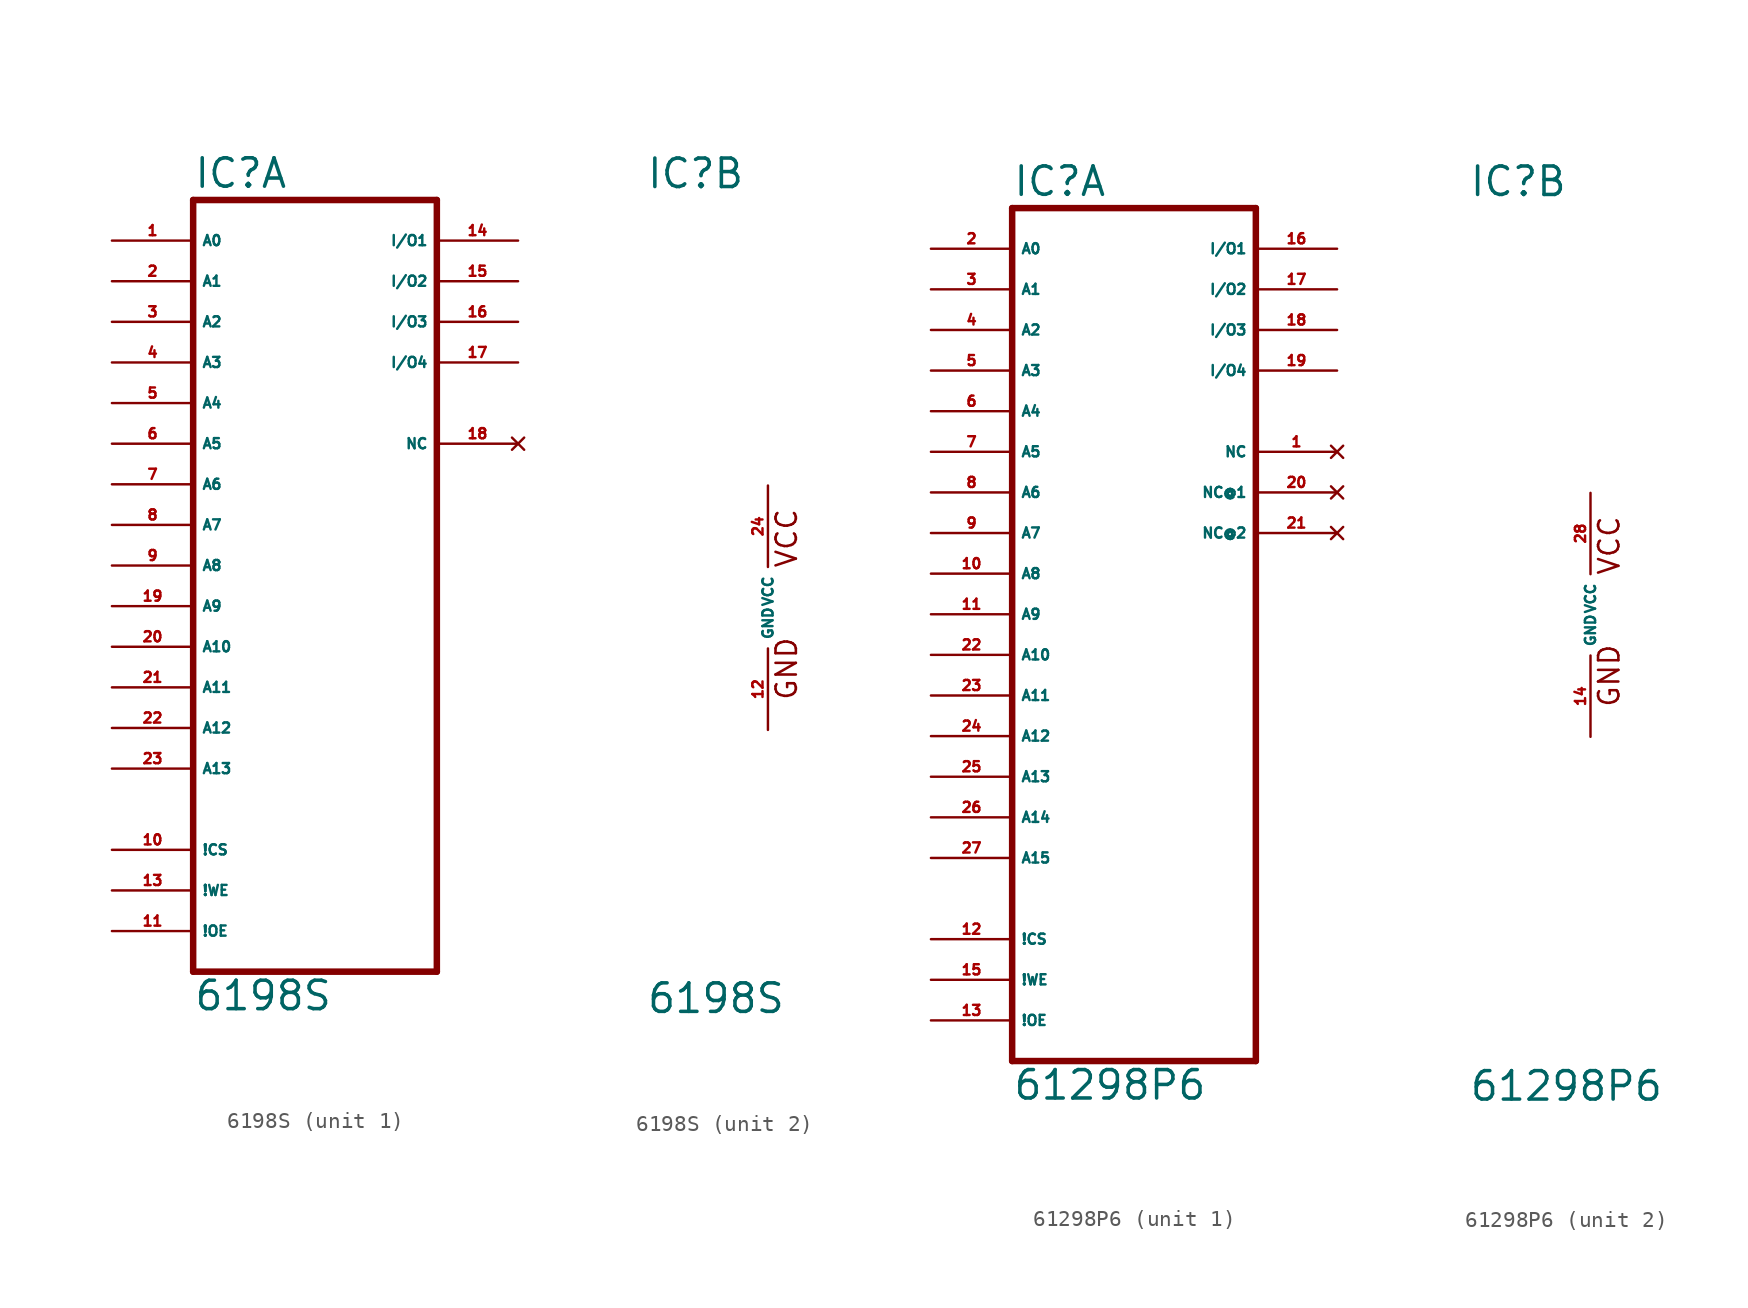
<source format=kicad_sym>
(kicad_symbol_lib
  (version 20220914)
  (generator Eagle2Kicad)
  (symbol "6198S"
    (property "Reference" "IC"
      (at -7.62 26.035 0)
      (effects (font (size 1.778 1.778) (thickness 0.22)) (justify left bottom)))
    (property "Value" "6198S"
      (at -7.62 -25.4 0)
      (effects (font (size 1.778 1.778) (thickness 0.22)) (justify left bottom)))
    (symbol "6198S_1_0"
      (polyline (pts (xy -7.62 -22.86) (xy 7.62 -22.86)) (stroke (width 0.406) (type default)) (fill (type none)))
      (polyline (pts (xy 7.62 -22.86) (xy 7.62 25.4)) (stroke (width 0.406) (type default)) (fill (type none)))
      (polyline (pts (xy 7.62 25.4) (xy -7.62 25.4)) (stroke (width 0.406) (type default)) (fill (type none)))
      (polyline (pts (xy -7.62 25.4) (xy -7.62 -22.86)) (stroke (width 0.406) (type default)) (fill (type none)))
      (pin input line (at -12.7 22.86 0) (length 5.08) (name "A0" (effects (font (size 0.635 0.635) (thickness 0.08)) (justify left bottom))) (number "1" (effects (font (size 0.635 0.635) (thickness 0.08)) (justify left bottom))))
      (pin input line (at -12.7 20.32 0) (length 5.08) (name "A1" (effects (font (size 0.635 0.635) (thickness 0.08)) (justify left bottom))) (number "2" (effects (font (size 0.635 0.635) (thickness 0.08)) (justify left bottom))))
      (pin input line (at -12.7 17.78 0) (length 5.08) (name "A2" (effects (font (size 0.635 0.635) (thickness 0.08)) (justify left bottom))) (number "3" (effects (font (size 0.635 0.635) (thickness 0.08)) (justify left bottom))))
      (pin input line (at -12.7 15.24 0) (length 5.08) (name "A3" (effects (font (size 0.635 0.635) (thickness 0.08)) (justify left bottom))) (number "4" (effects (font (size 0.635 0.635) (thickness 0.08)) (justify left bottom))))
      (pin input line (at -12.7 12.7 0) (length 5.08) (name "A4" (effects (font (size 0.635 0.635) (thickness 0.08)) (justify left bottom))) (number "5" (effects (font (size 0.635 0.635) (thickness 0.08)) (justify left bottom))))
      (pin input line (at -12.7 10.16 0) (length 5.08) (name "A5" (effects (font (size 0.635 0.635) (thickness 0.08)) (justify left bottom))) (number "6" (effects (font (size 0.635 0.635) (thickness 0.08)) (justify left bottom))))
      (pin input line (at -12.7 7.62 0) (length 5.08) (name "A6" (effects (font (size 0.635 0.635) (thickness 0.08)) (justify left bottom))) (number "7" (effects (font (size 0.635 0.635) (thickness 0.08)) (justify left bottom))))
      (pin input line (at -12.7 5.08 0) (length 5.08) (name "A7" (effects (font (size 0.635 0.635) (thickness 0.08)) (justify left bottom))) (number "8" (effects (font (size 0.635 0.635) (thickness 0.08)) (justify left bottom))))
      (pin input line (at -12.7 2.54 0) (length 5.08) (name "A8" (effects (font (size 0.635 0.635) (thickness 0.08)) (justify left bottom))) (number "9" (effects (font (size 0.635 0.635) (thickness 0.08)) (justify left bottom))))
      (pin input line (at -12.7 0 0) (length 5.08) (name "A9" (effects (font (size 0.635 0.635) (thickness 0.08)) (justify left bottom))) (number "19" (effects (font (size 0.635 0.635) (thickness 0.08)) (justify left bottom))))
      (pin input line (at -12.7 -2.54 0) (length 5.08) (name "A10" (effects (font (size 0.635 0.635) (thickness 0.08)) (justify left bottom))) (number "20" (effects (font (size 0.635 0.635) (thickness 0.08)) (justify left bottom))))
      (pin input line (at -12.7 -5.08 0) (length 5.08) (name "A11" (effects (font (size 0.635 0.635) (thickness 0.08)) (justify left bottom))) (number "21" (effects (font (size 0.635 0.635) (thickness 0.08)) (justify left bottom))))
      (pin input line (at -12.7 -7.62 0) (length 5.08) (name "A12" (effects (font (size 0.635 0.635) (thickness 0.08)) (justify left bottom))) (number "22" (effects (font (size 0.635 0.635) (thickness 0.08)) (justify left bottom))))
      (pin input line (at -12.7 -10.16 0) (length 5.08) (name "A13" (effects (font (size 0.635 0.635) (thickness 0.08)) (justify left bottom))) (number "23" (effects (font (size 0.635 0.635) (thickness 0.08)) (justify left bottom))))
      (pin input line (at -12.7 -15.24 0) (length 5.08) (name "!CS" (effects (font (size 0.635 0.635) (thickness 0.08)) (justify left bottom))) (number "10" (effects (font (size 0.635 0.635) (thickness 0.08)) (justify left bottom))))
      (pin input line (at -12.7 -17.78 0) (length 5.08) (name "!WE" (effects (font (size 0.635 0.635) (thickness 0.08)) (justify left bottom))) (number "13" (effects (font (size 0.635 0.635) (thickness 0.08)) (justify left bottom))))
      (pin bidirectional line (at 12.7 22.86 180) (length 5.08) (name "I/O1" (effects (font (size 0.635 0.635) (thickness 0.08)) (justify left bottom))) (number "14" (effects (font (size 0.635 0.635) (thickness 0.08)) (justify left bottom))))
      (pin bidirectional line (at 12.7 20.32 180) (length 5.08) (name "I/O2" (effects (font (size 0.635 0.635) (thickness 0.08)) (justify left bottom))) (number "15" (effects (font (size 0.635 0.635) (thickness 0.08)) (justify left bottom))))
      (pin bidirectional line (at 12.7 17.78 180) (length 5.08) (name "I/O3" (effects (font (size 0.635 0.635) (thickness 0.08)) (justify left bottom))) (number "16" (effects (font (size 0.635 0.635) (thickness 0.08)) (justify left bottom))))
      (pin bidirectional line (at 12.7 15.24 180) (length 5.08) (name "I/O4" (effects (font (size 0.635 0.635) (thickness 0.08)) (justify left bottom))) (number "17" (effects (font (size 0.635 0.635) (thickness 0.08)) (justify left bottom))))
      (pin no_connect line (at 12.7 10.16 180) (length 5.08) (name "NC" (effects (font (size 0.635 0.635) (thickness 0.08)) (justify left bottom) hide)) (number "18" (effects (font (size 0.635 0.635) (thickness 0.08)) (justify left bottom) hide)))
      (pin input line (at -12.7 -20.32 0) (length 5.08) (name "!OE" (effects (font (size 0.635 0.635) (thickness 0.08)) (justify left bottom))) (number "11" (effects (font (size 0.635 0.635) (thickness 0.08)) (justify left bottom)))))
    (symbol "6198S_2_0"
      (text "GND" (at 1.905 -5.842 900) (effects (font (size 1.27 1.27) (thickness 0.16)) (justify left bottom)))
      (text "VCC" (at 1.905 2.413 900) (effects (font (size 1.27 1.27) (thickness 0.16)) (justify left bottom)))
      (pin unspecified line (at 0 7.62 270) (length 5.08) (name "VCC" (effects (font (size 0.635 0.635) (thickness 0.08)) (justify left bottom))) (number "24" (effects (font (size 0.635 0.635) (thickness 0.08)) (justify left bottom))))
      (pin unspecified line (at 0 -7.62 90) (length 5.08) (name "GND" (effects (font (size 0.635 0.635) (thickness 0.08)) (justify left bottom))) (number "12" (effects (font (size 0.635 0.635) (thickness 0.08)) (justify left bottom))))))
  (symbol "61298P6"
    (property "Reference" "IC"
      (at -7.62 26.035 0)
      (effects (font (size 1.778 1.778) (thickness 0.22)) (justify left bottom)))
    (property "Value" "61298P6"
      (at -7.62 -30.48 0)
      (effects (font (size 1.778 1.778) (thickness 0.22)) (justify left bottom)))
    (symbol "61298P6_1_0"
      (polyline (pts (xy -7.62 -27.94) (xy 7.62 -27.94)) (stroke (width 0.406) (type default)) (fill (type none)))
      (polyline (pts (xy 7.62 -27.94) (xy 7.62 25.4)) (stroke (width 0.406) (type default)) (fill (type none)))
      (polyline (pts (xy 7.62 25.4) (xy -7.62 25.4)) (stroke (width 0.406) (type default)) (fill (type none)))
      (polyline (pts (xy -7.62 25.4) (xy -7.62 -27.94)) (stroke (width 0.406) (type default)) (fill (type none)))
      (pin input line (at -12.7 22.86 0) (length 5.08) (name "A0" (effects (font (size 0.635 0.635) (thickness 0.08)) (justify left bottom))) (number "2" (effects (font (size 0.635 0.635) (thickness 0.08)) (justify left bottom))))
      (pin input line (at -12.7 20.32 0) (length 5.08) (name "A1" (effects (font (size 0.635 0.635) (thickness 0.08)) (justify left bottom))) (number "3" (effects (font (size 0.635 0.635) (thickness 0.08)) (justify left bottom))))
      (pin input line (at -12.7 17.78 0) (length 5.08) (name "A2" (effects (font (size 0.635 0.635) (thickness 0.08)) (justify left bottom))) (number "4" (effects (font (size 0.635 0.635) (thickness 0.08)) (justify left bottom))))
      (pin input line (at -12.7 15.24 0) (length 5.08) (name "A3" (effects (font (size 0.635 0.635) (thickness 0.08)) (justify left bottom))) (number "5" (effects (font (size 0.635 0.635) (thickness 0.08)) (justify left bottom))))
      (pin input line (at -12.7 12.7 0) (length 5.08) (name "A4" (effects (font (size 0.635 0.635) (thickness 0.08)) (justify left bottom))) (number "6" (effects (font (size 0.635 0.635) (thickness 0.08)) (justify left bottom))))
      (pin input line (at -12.7 10.16 0) (length 5.08) (name "A5" (effects (font (size 0.635 0.635) (thickness 0.08)) (justify left bottom))) (number "7" (effects (font (size 0.635 0.635) (thickness 0.08)) (justify left bottom))))
      (pin input line (at -12.7 7.62 0) (length 5.08) (name "A6" (effects (font (size 0.635 0.635) (thickness 0.08)) (justify left bottom))) (number "8" (effects (font (size 0.635 0.635) (thickness 0.08)) (justify left bottom))))
      (pin input line (at -12.7 5.08 0) (length 5.08) (name "A7" (effects (font (size 0.635 0.635) (thickness 0.08)) (justify left bottom))) (number "9" (effects (font (size 0.635 0.635) (thickness 0.08)) (justify left bottom))))
      (pin input line (at -12.7 2.54 0) (length 5.08) (name "A8" (effects (font (size 0.635 0.635) (thickness 0.08)) (justify left bottom))) (number "10" (effects (font (size 0.635 0.635) (thickness 0.08)) (justify left bottom))))
      (pin input line (at -12.7 0 0) (length 5.08) (name "A9" (effects (font (size 0.635 0.635) (thickness 0.08)) (justify left bottom))) (number "11" (effects (font (size 0.635 0.635) (thickness 0.08)) (justify left bottom))))
      (pin input line (at -12.7 -2.54 0) (length 5.08) (name "A10" (effects (font (size 0.635 0.635) (thickness 0.08)) (justify left bottom))) (number "22" (effects (font (size 0.635 0.635) (thickness 0.08)) (justify left bottom))))
      (pin input line (at -12.7 -5.08 0) (length 5.08) (name "A11" (effects (font (size 0.635 0.635) (thickness 0.08)) (justify left bottom))) (number "23" (effects (font (size 0.635 0.635) (thickness 0.08)) (justify left bottom))))
      (pin input line (at -12.7 -7.62 0) (length 5.08) (name "A12" (effects (font (size 0.635 0.635) (thickness 0.08)) (justify left bottom))) (number "24" (effects (font (size 0.635 0.635) (thickness 0.08)) (justify left bottom))))
      (pin input line (at -12.7 -10.16 0) (length 5.08) (name "A13" (effects (font (size 0.635 0.635) (thickness 0.08)) (justify left bottom))) (number "25" (effects (font (size 0.635 0.635) (thickness 0.08)) (justify left bottom))))
      (pin input line (at -12.7 -20.32 0) (length 5.08) (name "!CS" (effects (font (size 0.635 0.635) (thickness 0.08)) (justify left bottom))) (number "12" (effects (font (size 0.635 0.635) (thickness 0.08)) (justify left bottom))))
      (pin input line (at -12.7 -22.86 0) (length 5.08) (name "!WE" (effects (font (size 0.635 0.635) (thickness 0.08)) (justify left bottom))) (number "15" (effects (font (size 0.635 0.635) (thickness 0.08)) (justify left bottom))))
      (pin bidirectional line (at 12.7 22.86 180) (length 5.08) (name "I/O1" (effects (font (size 0.635 0.635) (thickness 0.08)) (justify left bottom))) (number "16" (effects (font (size 0.635 0.635) (thickness 0.08)) (justify left bottom))))
      (pin bidirectional line (at 12.7 20.32 180) (length 5.08) (name "I/O2" (effects (font (size 0.635 0.635) (thickness 0.08)) (justify left bottom))) (number "17" (effects (font (size 0.635 0.635) (thickness 0.08)) (justify left bottom))))
      (pin bidirectional line (at 12.7 17.78 180) (length 5.08) (name "I/O3" (effects (font (size 0.635 0.635) (thickness 0.08)) (justify left bottom))) (number "18" (effects (font (size 0.635 0.635) (thickness 0.08)) (justify left bottom))))
      (pin bidirectional line (at 12.7 15.24 180) (length 5.08) (name "I/O4" (effects (font (size 0.635 0.635) (thickness 0.08)) (justify left bottom))) (number "19" (effects (font (size 0.635 0.635) (thickness 0.08)) (justify left bottom))))
      (pin no_connect line (at 12.7 10.16 180) (length 5.08) (name "NC" (effects (font (size 0.635 0.635) (thickness 0.08)) (justify left bottom) hide)) (number "1" (effects (font (size 0.635 0.635) (thickness 0.08)) (justify left bottom) hide)))
      (pin input line (at -12.7 -25.4 0) (length 5.08) (name "!OE" (effects (font (size 0.635 0.635) (thickness 0.08)) (justify left bottom))) (number "13" (effects (font (size 0.635 0.635) (thickness 0.08)) (justify left bottom))))
      (pin input line (at -12.7 -12.7 0) (length 5.08) (name "A14" (effects (font (size 0.635 0.635) (thickness 0.08)) (justify left bottom))) (number "26" (effects (font (size 0.635 0.635) (thickness 0.08)) (justify left bottom))))
      (pin input line (at -12.7 -15.24 0) (length 5.08) (name "A15" (effects (font (size 0.635 0.635) (thickness 0.08)) (justify left bottom))) (number "27" (effects (font (size 0.635 0.635) (thickness 0.08)) (justify left bottom))))
      (pin no_connect line (at 12.7 7.62 180) (length 5.08) (name "NC@1" (effects (font (size 0.635 0.635) (thickness 0.08)) (justify left bottom) hide)) (number "20" (effects (font (size 0.635 0.635) (thickness 0.08)) (justify left bottom) hide)))
      (pin no_connect line (at 12.7 5.08 180) (length 5.08) (name "NC@2" (effects (font (size 0.635 0.635) (thickness 0.08)) (justify left bottom) hide)) (number "21" (effects (font (size 0.635 0.635) (thickness 0.08)) (justify left bottom) hide))))
    (symbol "61298P6_2_0"
      (text "GND" (at 1.905 -5.842 900) (effects (font (size 1.27 1.27) (thickness 0.16)) (justify left bottom)))
      (text "VCC" (at 1.905 2.413 900) (effects (font (size 1.27 1.27) (thickness 0.16)) (justify left bottom)))
      (pin unspecified line (at 0 7.62 270) (length 5.08) (name "VCC" (effects (font (size 0.635 0.635) (thickness 0.08)) (justify left bottom))) (number "28" (effects (font (size 0.635 0.635) (thickness 0.08)) (justify left bottom))))
      (pin unspecified line (at 0 -7.62 90) (length 5.08) (name "GND" (effects (font (size 0.635 0.635) (thickness 0.08)) (justify left bottom))) (number "14" (effects (font (size 0.635 0.635) (thickness 0.08)) (justify left bottom)))))))
</source>
